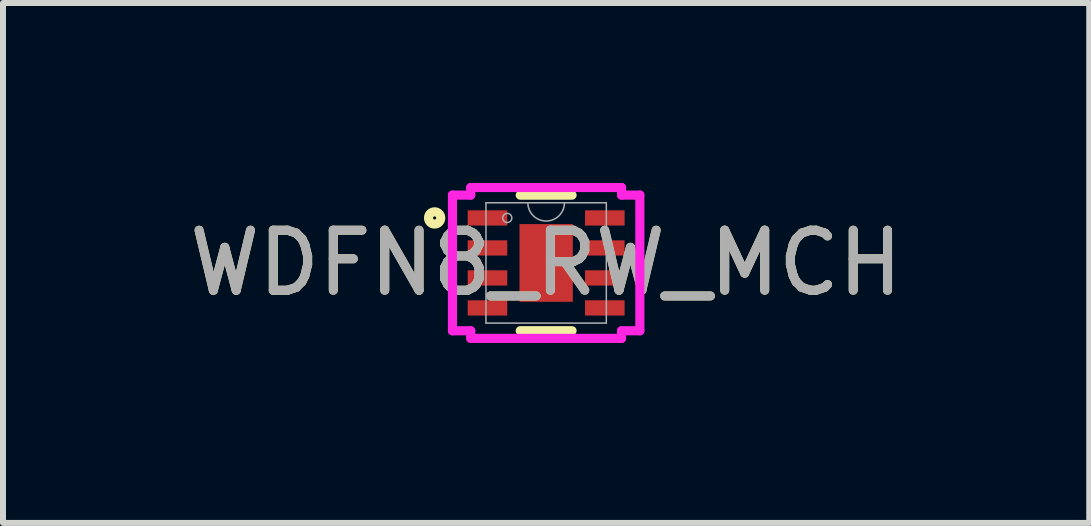
<source format=kicad_pcb>
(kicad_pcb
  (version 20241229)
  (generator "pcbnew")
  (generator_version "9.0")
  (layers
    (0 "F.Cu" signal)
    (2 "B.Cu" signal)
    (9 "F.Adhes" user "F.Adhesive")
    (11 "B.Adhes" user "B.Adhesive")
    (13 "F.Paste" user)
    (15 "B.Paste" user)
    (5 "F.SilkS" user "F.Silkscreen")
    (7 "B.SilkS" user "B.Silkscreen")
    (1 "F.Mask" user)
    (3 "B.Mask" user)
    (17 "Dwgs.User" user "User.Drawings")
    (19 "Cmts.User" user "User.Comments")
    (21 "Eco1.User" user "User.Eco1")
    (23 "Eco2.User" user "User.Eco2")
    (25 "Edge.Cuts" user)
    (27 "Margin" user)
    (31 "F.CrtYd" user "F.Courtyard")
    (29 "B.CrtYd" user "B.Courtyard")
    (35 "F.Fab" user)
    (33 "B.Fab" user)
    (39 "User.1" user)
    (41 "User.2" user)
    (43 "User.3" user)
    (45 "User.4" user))
  (footprint "WDFN8_RW_MCH"
    (layer "F.Cu")
    (at 6.054 1.333)
    (property "Reference" "WDFN8_RW_MCH" (at 0 0 0) (unlocked yes) (layer "F.SilkS") (effects (font (size 1 1) (thickness 0.15))))
    (attr smd)
    (fp_line (start -0.432 1.13) (end 0.432 1.13) (stroke (width 0.152) (type solid)) (layer "F.SilkS"))
    (fp_line (start 0.432 -1.13) (end -0.432 -1.13) (stroke (width 0.152) (type solid)) (layer "F.SilkS"))
    (fp_circle (center -1.859 -0.75) (end -1.757 -0.75) (stroke (width 0.152) (type solid)) (fill no) (layer "F.SilkS"))
    (fp_line (start -1.562 -1.131) (end -1.257 -1.131) (stroke (width 0.152) (type solid)) (layer "F.CrtYd"))
    (fp_line (start -1.562 1.131) (end -1.562 -1.131) (stroke (width 0.152) (type solid)) (layer "F.CrtYd"))
    (fp_line (start -1.562 1.131) (end -1.257 1.131) (stroke (width 0.152) (type solid)) (layer "F.CrtYd"))
    (fp_line (start -1.257 -1.257) (end 1.257 -1.257) (stroke (width 0.152) (type solid)) (layer "F.CrtYd"))
    (fp_line (start -1.257 -1.131) (end -1.257 -1.257) (stroke (width 0.152) (type solid)) (layer "F.CrtYd"))
    (fp_line (start -1.257 1.257) (end -1.257 1.131) (stroke (width 0.152) (type solid)) (layer "F.CrtYd"))
    (fp_line (start 1.257 -1.257) (end 1.257 -1.131) (stroke (width 0.152) (type solid)) (layer "F.CrtYd"))
    (fp_line (start 1.257 1.131) (end 1.257 1.257) (stroke (width 0.152) (type solid)) (layer "F.CrtYd"))
    (fp_line (start 1.257 1.257) (end -1.257 1.257) (stroke (width 0.152) (type solid)) (layer "F.CrtYd"))
    (fp_line (start 1.562 -1.131) (end 1.257 -1.131) (stroke (width 0.152) (type solid)) (layer "F.CrtYd"))
    (fp_line (start 1.562 -1.131) (end 1.562 1.131) (stroke (width 0.152) (type solid)) (layer "F.CrtYd"))
    (fp_line (start 1.562 1.131) (end 1.257 1.131) (stroke (width 0.152) (type solid)) (layer "F.CrtYd"))
    (fp_line (start -1.003 -1.003) (end -1.003 1.003) (stroke (width 0.025) (type solid)) (layer "F.Fab"))
    (fp_line (start -1.003 1.003) (end 1.003 1.003) (stroke (width 0.025) (type solid)) (layer "F.Fab"))
    (fp_line (start 1.003 -1.003) (end -1.003 -1.003) (stroke (width 0.025) (type solid)) (layer "F.Fab"))
    (fp_line (start 1.003 1.003) (end 1.003 -1.003) (stroke (width 0.025) (type solid)) (layer "F.Fab"))
    (fp_arc (start 0.3048 -1.0033) (mid 0 -0.6985) (end -0.3048 -1.0033) (stroke (width 0.0254) (type solid)) (layer "F.Fab"))
    (fp_circle (center -0.648 -0.75) (end -0.572 -0.75) (stroke (width 0.025) (type solid)) (fill no) (layer "F.Fab"))
    (fp_text user "${REFERENCE}" (at 0 0 0) (unlocked yes) (layer "F.Fab") (effects (font (size 1 1) (thickness 0.15))))
    (pad "1" smd rect (at -0.978 -0.75) (size 0.66 0.254) (layers "F.Cu" "F.Mask" "F.Paste"))
    (pad "2" smd rect (at -0.978 -0.25) (size 0.66 0.254) (layers "F.Cu" "F.Mask" "F.Paste"))
    (pad "3" smd rect (at -0.978 0.25) (size 0.66 0.254) (layers "F.Cu" "F.Mask" "F.Paste"))
    (pad "4" smd rect (at -0.978 0.75) (size 0.66 0.254) (layers "F.Cu" "F.Mask" "F.Paste"))
    (pad "5" smd rect (at 0.978 0.75) (size 0.66 0.254) (layers "F.Cu" "F.Mask" "F.Paste"))
    (pad "6" smd rect (at 0.978 0.25) (size 0.66 0.254) (layers "F.Cu" "F.Mask" "F.Paste"))
    (pad "7" smd rect (at 0.978 -0.25) (size 0.66 0.254) (layers "F.Cu" "F.Mask" "F.Paste"))
    (pad "8" smd rect (at 0.978 -0.75) (size 0.66 0.254) (layers "F.Cu" "F.Mask" "F.Paste"))
    (pad "9" smd rect (at 0 0) (size 0.889 1.295) (layers "F.Cu" "F.Mask" "F.Paste")))
  (gr_rect
    (start -3 -3)
    (end 15.107 5.667)
    (stroke (width 0.1) (type default))
    (fill no)
    (layer "Edge.Cuts")))
</source>
